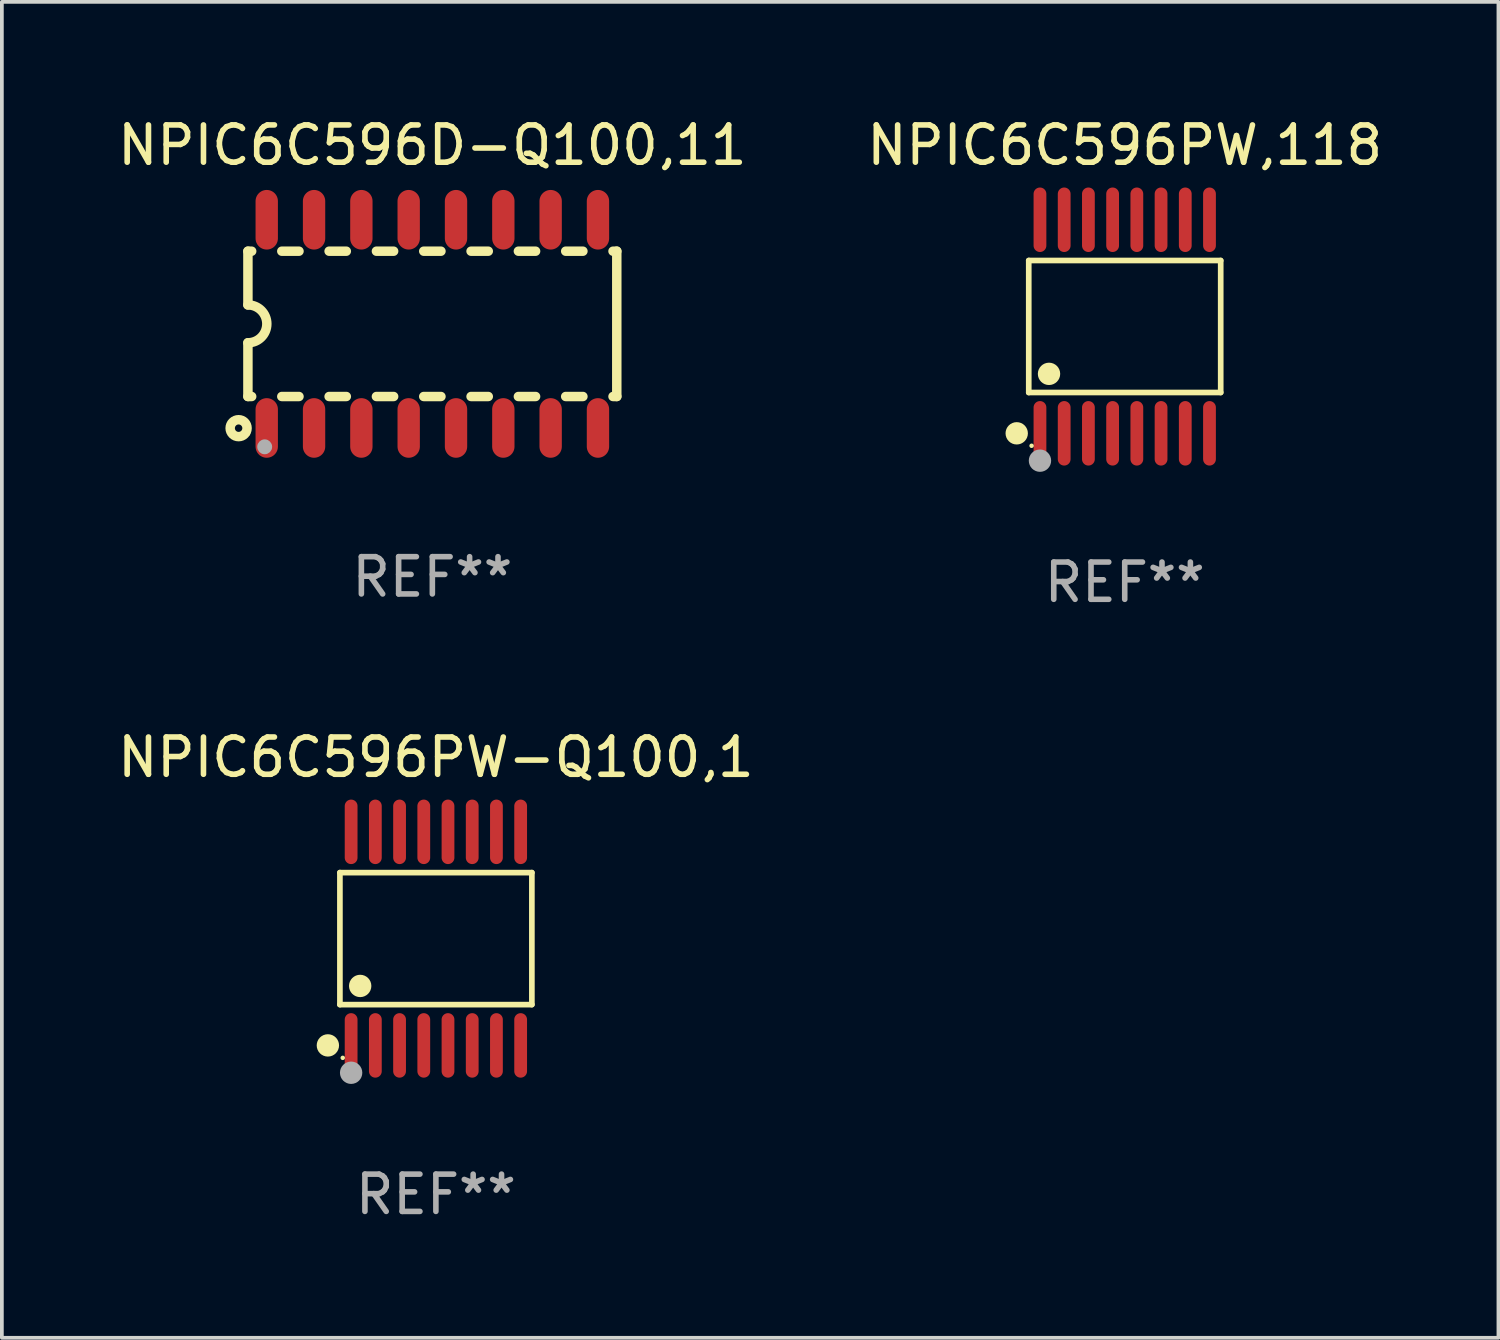
<source format=kicad_pcb>
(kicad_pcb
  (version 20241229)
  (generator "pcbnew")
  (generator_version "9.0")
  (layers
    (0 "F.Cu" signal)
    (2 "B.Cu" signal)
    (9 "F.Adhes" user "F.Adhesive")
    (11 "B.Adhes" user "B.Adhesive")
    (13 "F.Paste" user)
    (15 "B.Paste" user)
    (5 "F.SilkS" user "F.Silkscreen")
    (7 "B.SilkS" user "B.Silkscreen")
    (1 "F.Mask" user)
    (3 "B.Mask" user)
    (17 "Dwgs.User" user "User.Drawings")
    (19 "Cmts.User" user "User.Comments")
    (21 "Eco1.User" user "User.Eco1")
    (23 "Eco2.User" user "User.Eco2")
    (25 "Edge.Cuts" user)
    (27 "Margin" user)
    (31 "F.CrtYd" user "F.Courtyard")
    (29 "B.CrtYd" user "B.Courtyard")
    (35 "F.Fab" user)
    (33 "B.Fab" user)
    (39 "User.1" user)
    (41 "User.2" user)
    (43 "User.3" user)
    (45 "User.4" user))
  (footprint "NPIC6C596PW-Q100,1"
    (layer "F.Cu")
    (at 8.649 22.142)
    (property "Reference" "NPIC6C596PW-Q100,1" (at 0 -4.866 0) (layer "F.SilkS") (effects (font (size 1 1) (thickness 0.15))))
    (attr through_hole)
    (fp_line (start -2.576 -1.772) (end 2.576 -1.772) (stroke (width 0.152) (type solid)) (layer "F.SilkS"))
    (fp_line (start -2.576 1.771) (end -2.576 -1.772) (stroke (width 0.152) (type solid)) (layer "F.SilkS"))
    (fp_line (start 2.576 -1.772) (end 2.576 1.771) (stroke (width 0.152) (type solid)) (layer "F.SilkS"))
    (fp_line (start 2.576 1.771) (end -2.576 1.771) (stroke (width 0.152) (type solid)) (layer "F.SilkS"))
    (fp_circle (center -2.899 2.866) (end -2.749 2.866) (stroke (width 0.3) (type solid)) (fill no) (layer "F.SilkS"))
    (fp_circle (center -2.5 3.2) (end -2.47 3.2) (stroke (width 0.06) (type solid)) (fill no) (layer "F.SilkS"))
    (fp_circle (center -2.032 1.27) (end -1.882 1.27) (stroke (width 0.3) (type solid)) (fill no) (layer "F.SilkS"))
    (fp_circle (center -2.275 3.6) (end -2.125 3.6) (stroke (width 0.3) (type solid)) (fill no) (layer "F.Fab"))
    (fp_text user "REF**" (at 0 6.866 0) (layer "F.Fab") (effects (font (size 1 1) (thickness 0.15))))
    (pad "1" smd oval (at -2.275 2.866) (size 0.343 1.731) (layers "F.Cu" "F.Mask" "F.Paste"))
    (pad "2" smd oval (at -1.625 2.866) (size 0.343 1.731) (layers "F.Cu" "F.Mask" "F.Paste"))
    (pad "3" smd oval (at -0.975 2.866) (size 0.343 1.731) (layers "F.Cu" "F.Mask" "F.Paste"))
    (pad "4" smd oval (at -0.325 2.866) (size 0.343 1.731) (layers "F.Cu" "F.Mask" "F.Paste"))
    (pad "5" smd oval (at 0.325 2.866) (size 0.343 1.731) (layers "F.Cu" "F.Mask" "F.Paste"))
    (pad "6" smd oval (at 0.975 2.866) (size 0.343 1.731) (layers "F.Cu" "F.Mask" "F.Paste"))
    (pad "7" smd oval (at 1.625 2.866) (size 0.343 1.731) (layers "F.Cu" "F.Mask" "F.Paste"))
    (pad "8" smd oval (at 2.275 2.866) (size 0.343 1.731) (layers "F.Cu" "F.Mask" "F.Paste"))
    (pad "9" smd oval (at 2.275 -2.866) (size 0.343 1.731) (layers "F.Cu" "F.Mask" "F.Paste"))
    (pad "10" smd oval (at 1.625 -2.866) (size 0.343 1.731) (layers "F.Cu" "F.Mask" "F.Paste"))
    (pad "11" smd oval (at 0.975 -2.866) (size 0.343 1.731) (layers "F.Cu" "F.Mask" "F.Paste"))
    (pad "12" smd oval (at 0.325 -2.866) (size 0.343 1.731) (layers "F.Cu" "F.Mask" "F.Paste"))
    (pad "13" smd oval (at -0.325 -2.866) (size 0.343 1.731) (layers "F.Cu" "F.Mask" "F.Paste"))
    (pad "14" smd oval (at -0.975 -2.866) (size 0.343 1.731) (layers "F.Cu" "F.Mask" "F.Paste"))
    (pad "15" smd oval (at -1.625 -2.866) (size 0.343 1.731) (layers "F.Cu" "F.Mask" "F.Paste"))
    (pad "16" smd oval (at -2.275 -2.866) (size 0.343 1.731) (layers "F.Cu" "F.Mask" "F.Paste")))
  (footprint "NPIC6C596D-Q100,11"
    (layer "F.Cu")
    (at 8.554 5.642)
    (property "Reference" "NPIC6C596D-Q100,11" (at 0 -4.794 0) (layer "F.SilkS") (effects (font (size 1 1) (thickness 0.15))))
    (attr through_hole)
    (fp_line (start -4.95 -1.95) (end -4.95 -0.508) (stroke (width 0.254) (type solid)) (layer "F.SilkS"))
    (fp_line (start -4.95 -1.95) (end -4.849 -1.95) (stroke (width 0.254) (type solid)) (layer "F.SilkS"))
    (fp_line (start -4.95 1.95) (end -4.95 0.508) (stroke (width 0.254) (type solid)) (layer "F.SilkS"))
    (fp_line (start -4.95 1.95) (end -4.849 1.95) (stroke (width 0.254) (type solid)) (layer "F.SilkS"))
    (fp_line (start -4.041 -1.95) (end -3.579 -1.95) (stroke (width 0.254) (type solid)) (layer "F.SilkS"))
    (fp_line (start -4.041 1.95) (end -3.579 1.95) (stroke (width 0.254) (type solid)) (layer "F.SilkS"))
    (fp_line (start -2.771 -1.95) (end -2.309 -1.95) (stroke (width 0.254) (type solid)) (layer "F.SilkS"))
    (fp_line (start -2.771 1.95) (end -2.309 1.95) (stroke (width 0.254) (type solid)) (layer "F.SilkS"))
    (fp_line (start -1.501 -1.95) (end -1.039 -1.95) (stroke (width 0.254) (type solid)) (layer "F.SilkS"))
    (fp_line (start -1.501 1.95) (end -1.039 1.95) (stroke (width 0.254) (type solid)) (layer "F.SilkS"))
    (fp_line (start -0.231 -1.95) (end 0.231 -1.95) (stroke (width 0.254) (type solid)) (layer "F.SilkS"))
    (fp_line (start -0.231 1.95) (end 0.231 1.95) (stroke (width 0.254) (type solid)) (layer "F.SilkS"))
    (fp_line (start 1.039 -1.95) (end 1.501 -1.95) (stroke (width 0.254) (type solid)) (layer "F.SilkS"))
    (fp_line (start 1.039 1.95) (end 1.501 1.95) (stroke (width 0.254) (type solid)) (layer "F.SilkS"))
    (fp_line (start 2.309 -1.95) (end 2.771 -1.95) (stroke (width 0.254) (type solid)) (layer "F.SilkS"))
    (fp_line (start 2.309 1.95) (end 2.771 1.95) (stroke (width 0.254) (type solid)) (layer "F.SilkS"))
    (fp_line (start 3.579 -1.95) (end 4.041 -1.95) (stroke (width 0.254) (type solid)) (layer "F.SilkS"))
    (fp_line (start 3.579 1.95) (end 4.041 1.95) (stroke (width 0.254) (type solid)) (layer "F.SilkS"))
    (fp_line (start 4.849 -1.95) (end 4.95 -1.95) (stroke (width 0.254) (type solid)) (layer "F.SilkS"))
    (fp_line (start 4.849 1.95) (end 4.95 1.95) (stroke (width 0.254) (type solid)) (layer "F.SilkS"))
    (fp_line (start 4.95 -1.95) (end 4.95 1.95) (stroke (width 0.254) (type solid)) (layer "F.SilkS"))
    (fp_arc (start -4.95047 -0.508001) (mid -4.442469 -0.000228) (end -4.950013 0.508001) (stroke (width 0.254001) (type solid)) (layer "F.SilkS"))
    (fp_circle (center -5.2 2.8) (end -5.1 2.8) (stroke (width 0.254) (type solid)) (fill no) (layer "F.SilkS"))
    (fp_circle (center -4.95 2.947) (end -4.92 2.947) (stroke (width 0.06) (type solid)) (fill no) (layer "F.SilkS"))
    (fp_circle (center -4.5 3.3) (end -4.4 3.3) (stroke (width 0.2) (type solid)) (fill no) (layer "F.Fab"))
    (fp_text user "REF**" (at 0 6.794 0) (layer "F.Fab") (effects (font (size 1 1) (thickness 0.15))))
    (pad "1" smd oval (at -4.445 2.794) (size 0.6 1.6) (layers "F.Cu" "F.Mask" "F.Paste"))
    (pad "2" smd oval (at -3.175 2.794) (size 0.6 1.6) (layers "F.Cu" "F.Mask" "F.Paste"))
    (pad "3" smd oval (at -1.905 2.794) (size 0.6 1.6) (layers "F.Cu" "F.Mask" "F.Paste"))
    (pad "4" smd oval (at -0.635 2.794) (size 0.6 1.6) (layers "F.Cu" "F.Mask" "F.Paste"))
    (pad "5" smd oval (at 0.635 2.794) (size 0.6 1.6) (layers "F.Cu" "F.Mask" "F.Paste"))
    (pad "6" smd oval (at 1.905 2.794) (size 0.6 1.6) (layers "F.Cu" "F.Mask" "F.Paste"))
    (pad "7" smd oval (at 3.175 2.794) (size 0.6 1.6) (layers "F.Cu" "F.Mask" "F.Paste"))
    (pad "8" smd oval (at 4.445 2.794) (size 0.6 1.6) (layers "F.Cu" "F.Mask" "F.Paste"))
    (pad "9" smd oval (at 4.445 -2.794) (size 0.6 1.6) (layers "F.Cu" "F.Mask" "F.Paste"))
    (pad "10" smd oval (at 3.175 -2.794) (size 0.6 1.6) (layers "F.Cu" "F.Mask" "F.Paste"))
    (pad "11" smd oval (at 1.905 -2.794) (size 0.6 1.6) (layers "F.Cu" "F.Mask" "F.Paste"))
    (pad "12" smd oval (at 0.635 -2.794) (size 0.6 1.6) (layers "F.Cu" "F.Mask" "F.Paste"))
    (pad "13" smd oval (at -0.635 -2.794) (size 0.6 1.6) (layers "F.Cu" "F.Mask" "F.Paste"))
    (pad "14" smd oval (at -1.905 -2.794) (size 0.6 1.6) (layers "F.Cu" "F.Mask" "F.Paste"))
    (pad "15" smd oval (at -3.175 -2.794) (size 0.6 1.6) (layers "F.Cu" "F.Mask" "F.Paste"))
    (pad "16" smd oval (at -4.445 -2.794) (size 0.6 1.6) (layers "F.Cu" "F.Mask" "F.Paste")))
  (footprint "NPIC6C596PW,118"
    (layer "F.Cu")
    (at 27.137 5.714)
    (property "Reference" "NPIC6C596PW,118" (at 0 -4.866 0) (layer "F.SilkS") (effects (font (size 1 1) (thickness 0.15))))
    (attr through_hole)
    (fp_line (start -2.576 -1.772) (end 2.576 -1.772) (stroke (width 0.152) (type solid)) (layer "F.SilkS"))
    (fp_line (start -2.576 1.771) (end -2.576 -1.772) (stroke (width 0.152) (type solid)) (layer "F.SilkS"))
    (fp_line (start 2.576 -1.772) (end 2.576 1.771) (stroke (width 0.152) (type solid)) (layer "F.SilkS"))
    (fp_line (start 2.576 1.771) (end -2.576 1.771) (stroke (width 0.152) (type solid)) (layer "F.SilkS"))
    (fp_circle (center -2.899 2.866) (end -2.749 2.866) (stroke (width 0.3) (type solid)) (fill no) (layer "F.SilkS"))
    (fp_circle (center -2.5 3.2) (end -2.47 3.2) (stroke (width 0.06) (type solid)) (fill no) (layer "F.SilkS"))
    (fp_circle (center -2.032 1.27) (end -1.882 1.27) (stroke (width 0.3) (type solid)) (fill no) (layer "F.SilkS"))
    (fp_circle (center -2.275 3.6) (end -2.125 3.6) (stroke (width 0.3) (type solid)) (fill no) (layer "F.Fab"))
    (fp_text user "REF**" (at 0 6.866 0) (layer "F.Fab") (effects (font (size 1 1) (thickness 0.15))))
    (pad "1" smd oval (at -2.275 2.866) (size 0.343 1.731) (layers "F.Cu" "F.Mask" "F.Paste"))
    (pad "2" smd oval (at -1.625 2.866) (size 0.343 1.731) (layers "F.Cu" "F.Mask" "F.Paste"))
    (pad "3" smd oval (at -0.975 2.866) (size 0.343 1.731) (layers "F.Cu" "F.Mask" "F.Paste"))
    (pad "4" smd oval (at -0.325 2.866) (size 0.343 1.731) (layers "F.Cu" "F.Mask" "F.Paste"))
    (pad "5" smd oval (at 0.325 2.866) (size 0.343 1.731) (layers "F.Cu" "F.Mask" "F.Paste"))
    (pad "6" smd oval (at 0.975 2.866) (size 0.343 1.731) (layers "F.Cu" "F.Mask" "F.Paste"))
    (pad "7" smd oval (at 1.625 2.866) (size 0.343 1.731) (layers "F.Cu" "F.Mask" "F.Paste"))
    (pad "8" smd oval (at 2.275 2.866) (size 0.343 1.731) (layers "F.Cu" "F.Mask" "F.Paste"))
    (pad "9" smd oval (at 2.275 -2.866) (size 0.343 1.731) (layers "F.Cu" "F.Mask" "F.Paste"))
    (pad "10" smd oval (at 1.625 -2.866) (size 0.343 1.731) (layers "F.Cu" "F.Mask" "F.Paste"))
    (pad "11" smd oval (at 0.975 -2.866) (size 0.343 1.731) (layers "F.Cu" "F.Mask" "F.Paste"))
    (pad "12" smd oval (at 0.325 -2.866) (size 0.343 1.731) (layers "F.Cu" "F.Mask" "F.Paste"))
    (pad "13" smd oval (at -0.325 -2.866) (size 0.343 1.731) (layers "F.Cu" "F.Mask" "F.Paste"))
    (pad "14" smd oval (at -0.975 -2.866) (size 0.343 1.731) (layers "F.Cu" "F.Mask" "F.Paste"))
    (pad "15" smd oval (at -1.625 -2.866) (size 0.343 1.731) (layers "F.Cu" "F.Mask" "F.Paste"))
    (pad "16" smd oval (at -2.275 -2.866) (size 0.343 1.731) (layers "F.Cu" "F.Mask" "F.Paste")))
  (gr_rect
    (start -3 -3)
    (end 37.167 32.856)
    (stroke (width 0.1) (type default))
    (fill no)
    (layer "Edge.Cuts")))
</source>
